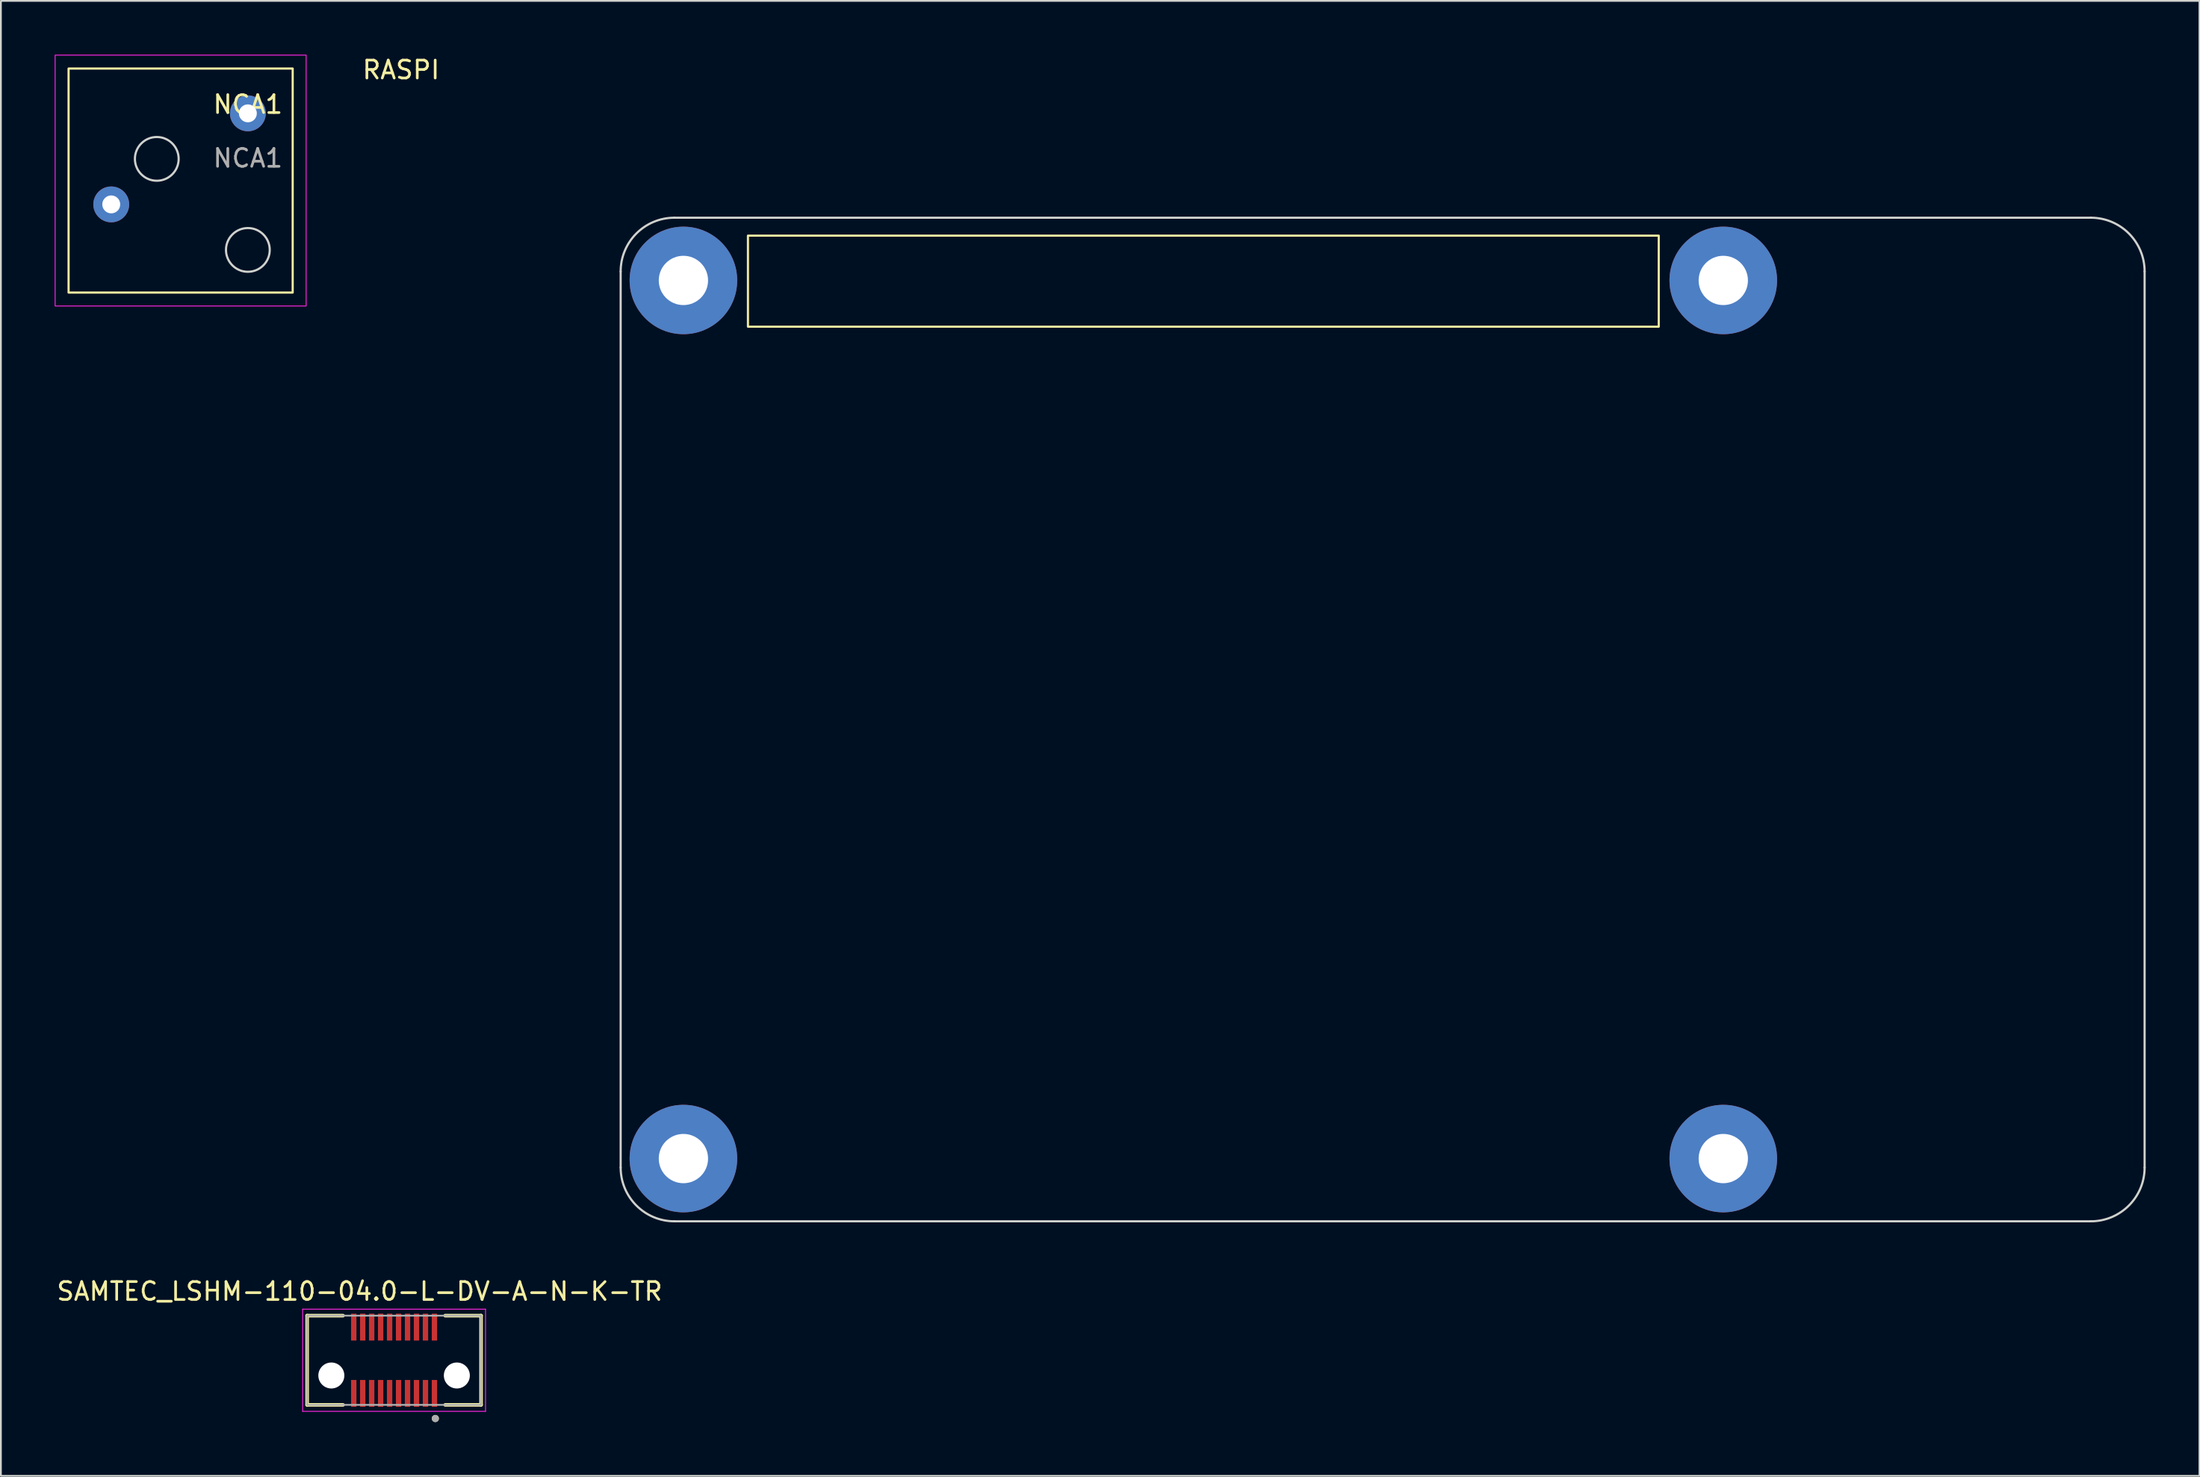
<source format=kicad_pcb>
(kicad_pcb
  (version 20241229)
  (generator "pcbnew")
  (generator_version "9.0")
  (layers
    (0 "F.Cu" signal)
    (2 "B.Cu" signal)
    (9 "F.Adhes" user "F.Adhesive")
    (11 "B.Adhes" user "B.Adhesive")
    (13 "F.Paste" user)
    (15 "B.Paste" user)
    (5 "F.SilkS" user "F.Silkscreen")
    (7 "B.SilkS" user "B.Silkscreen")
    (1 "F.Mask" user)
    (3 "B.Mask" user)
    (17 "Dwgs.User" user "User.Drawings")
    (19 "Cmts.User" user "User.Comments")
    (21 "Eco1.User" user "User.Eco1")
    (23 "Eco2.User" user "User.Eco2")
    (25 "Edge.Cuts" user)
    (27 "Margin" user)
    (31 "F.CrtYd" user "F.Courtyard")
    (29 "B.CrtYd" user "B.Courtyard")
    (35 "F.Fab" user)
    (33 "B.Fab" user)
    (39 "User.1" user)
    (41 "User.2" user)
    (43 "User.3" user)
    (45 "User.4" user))
  (footprint "SAMTEC_LSHM-110-04.0-L-DV-A-N-K-TR"
    (layer "F.Cu")
    (at 18.931 72.852)
    (property "Reference" "SAMTEC_LSHM-110-04.0-L-DV-A-N-K-TR" (at -1.925 -3.845 0) (layer "F.SilkS") (effects (font (size 1 1) (thickness 0.15))))
    (attr smd)
    (fp_line (start -4.85 -2.49) (end -4.85 2.49) (stroke (width 0.2) (type solid)) (layer "F.SilkS"))
    (fp_line (start -4.85 -2.49) (end -2.85 -2.49) (stroke (width 0.2) (type solid)) (layer "F.SilkS"))
    (fp_line (start -4.85 2.49) (end -2.85 2.49) (stroke (width 0.2) (type solid)) (layer "F.SilkS"))
    (fp_line (start 2.85 -2.49) (end 4.85 -2.49) (stroke (width 0.2) (type solid)) (layer "F.SilkS"))
    (fp_line (start 2.85 2.49) (end 4.85 2.49) (stroke (width 0.2) (type solid)) (layer "F.SilkS"))
    (fp_line (start 4.85 2.49) (end 4.85 -2.49) (stroke (width 0.2) (type solid)) (layer "F.SilkS"))
    (fp_circle (center 2.3 3.25) (end 2.4 3.25) (stroke (width 0.2) (type solid)) (fill no) (layer "F.SilkS"))
    (fp_line (start -5.1 -2.85) (end 5.1 -2.85) (stroke (width 0.05) (type solid)) (layer "F.CrtYd"))
    (fp_line (start -5.1 2.85) (end -5.1 -2.85) (stroke (width 0.05) (type solid)) (layer "F.CrtYd"))
    (fp_line (start 5.1 -2.85) (end 5.1 2.85) (stroke (width 0.05) (type solid)) (layer "F.CrtYd"))
    (fp_line (start 5.1 2.85) (end -5.1 2.85) (stroke (width 0.05) (type solid)) (layer "F.CrtYd"))
    (fp_line (start -4.85 -2.49) (end 4.85 -2.49) (stroke (width 0.1) (type solid)) (layer "F.Fab"))
    (fp_line (start -4.85 2.49) (end -4.85 -2.49) (stroke (width 0.1) (type solid)) (layer "F.Fab"))
    (fp_line (start 4.85 -2.49) (end 4.85 2.49) (stroke (width 0.1) (type solid)) (layer "F.Fab"))
    (fp_line (start 4.85 2.49) (end -4.85 2.49) (stroke (width 0.1) (type solid)) (layer "F.Fab"))
    (fp_circle (center 2.3 3.25) (end 2.4 3.25) (stroke (width 0.2) (type solid)) (fill no) (layer "F.Fab"))
    (pad "" np_thru_hole circle (at -3.5 0.85) (size 1.45 1.45) (drill 1.45) (layers "*.Cu" "*.Mask"))
    (pad "" np_thru_hole circle (at 3.5 0.85) (size 1.45 1.45) (drill 1.45) (layers "*.Cu" "*.Mask"))
    (pad "01" smd rect (at 2.25 1.85) (size 0.3 1.5) (layers "F.Cu" "F.Paste"))
    (pad "02" smd rect (at 2.25 -1.85) (size 0.3 1.5) (layers "F.Cu" "F.Paste"))
    (pad "03" smd rect (at 1.75 1.85) (size 0.3 1.5) (layers "F.Cu" "F.Paste"))
    (pad "04" smd rect (at 1.75 -1.85) (size 0.3 1.5) (layers "F.Cu" "F.Paste"))
    (pad "05" smd rect (at 1.25 1.85) (size 0.3 1.5) (layers "F.Cu" "F.Paste"))
    (pad "06" smd rect (at 1.25 -1.85) (size 0.3 1.5) (layers "F.Cu" "F.Paste"))
    (pad "07" smd rect (at 0.75 1.85) (size 0.3 1.5) (layers "F.Cu" "F.Paste"))
    (pad "08" smd rect (at 0.75 -1.85) (size 0.3 1.5) (layers "F.Cu" "F.Paste"))
    (pad "09" smd rect (at 0.25 1.85) (size 0.3 1.5) (layers "F.Cu" "F.Paste"))
    (pad "10" smd rect (at 0.25 -1.85) (size 0.3 1.5) (layers "F.Cu" "F.Paste"))
    (pad "11" smd rect (at -0.25 1.85) (size 0.3 1.5) (layers "F.Cu" "F.Paste"))
    (pad "12" smd rect (at -0.25 -1.85) (size 0.3 1.5) (layers "F.Cu" "F.Paste"))
    (pad "13" smd rect (at -0.75 1.85) (size 0.3 1.5) (layers "F.Cu" "F.Paste"))
    (pad "14" smd rect (at -0.75 -1.85) (size 0.3 1.5) (layers "F.Cu" "F.Paste"))
    (pad "15" smd rect (at -1.25 1.85) (size 0.3 1.5) (layers "F.Cu" "F.Paste"))
    (pad "16" smd rect (at -1.25 -1.85) (size 0.3 1.5) (layers "F.Cu" "F.Paste"))
    (pad "17" smd rect (at -1.75 1.85) (size 0.3 1.5) (layers "F.Cu" "F.Paste"))
    (pad "18" smd rect (at -1.75 -1.85) (size 0.3 1.5) (layers "F.Cu" "F.Paste"))
    (pad "19" smd rect (at -2.25 1.85) (size 0.3 1.5) (layers "F.Cu" "F.Paste"))
    (pad "20" smd rect (at -2.25 -1.85) (size 0.3 1.5) (layers "F.Cu" "F.Paste")))
  (footprint "NCA1"
    (layer "F.Cu")
    (at 10.775 3.275)
    (property "Reference" "NCA1" (at 0 -0.5 0) (unlocked yes) (layer "F.SilkS") (effects (font (size 1 1) (thickness 0.15))))
    (attr through_hole)
    (fp_rect (start -10 -2.5) (end 2.5 10) (stroke (width 0.12) (type default)) (fill no) (layer "F.SilkS"))
    (fp_circle (center -5.08 2.54) (end -3.86 2.54) (stroke (width 0.12) (type default)) (fill no) (layer "Edge.Cuts"))
    (fp_circle (center 0 7.62) (end 1.22 7.62) (stroke (width 0.12) (type default)) (fill no) (layer "Edge.Cuts"))
    (fp_rect (start -10.75 -3.25) (end 3.25 10.75) (stroke (width 0.05) (type default)) (fill no) (layer "F.CrtYd"))
    (fp_text user "${REFERENCE}" (at 0 2.5 0) (unlocked yes) (layer "F.Fab") (effects (font (size 1 1) (thickness 0.15))))
    (pad "1" thru_hole circle (at 0 0) (size 2 2) (drill 1) (layers "*.Cu" "*.Mask"))
    (pad "2" thru_hole circle (at -7.62 5.08) (size 2 2) (drill 1) (layers "*.Cu" "*.Mask")))
  (footprint "RASPI"
    (layer "F.Cu")
    (at 31.568 9.098)
    (property "Reference" "RASPI" (at -12.25 -8.25 0) (unlocked yes) (layer "F.SilkS") (effects (font (size 1 1) (thickness 0.15))))
    (attr smd)
    (fp_rect (start 7.1 1) (end 57.9 6.08) (stroke (width 0.12) (type default)) (fill no) (layer "F.SilkS"))
    (fp_line (start 0 53) (end 0 3) (stroke (width 0.12) (type default)) (layer "Edge.Cuts"))
    (fp_line (start 3 0) (end 82 0) (stroke (width 0.12) (type default)) (layer "Edge.Cuts"))
    (fp_line (start 82 56) (end 3 56) (stroke (width 0.12) (type default)) (layer "Edge.Cuts"))
    (fp_line (start 85 3) (end 85 53) (stroke (width 0.12) (type default)) (layer "Edge.Cuts"))
    (fp_arc (start 0 3) (mid 0.878679 0.878679) (end 3 0) (stroke (width 0.12) (type default)) (layer "Edge.Cuts"))
    (fp_arc (start 3 56) (mid 0.878679 55.121321) (end 0 53) (stroke (width 0.12) (type default)) (layer "Edge.Cuts"))
    (fp_arc (start 82 0) (mid 84.121321 0.878679) (end 85 3) (stroke (width 0.12) (type default)) (layer "Edge.Cuts"))
    (fp_arc (start 85 53) (mid 84.121321 55.121321) (end 82 56) (stroke (width 0.12) (type default)) (layer "Edge.Cuts"))
    (pad "1" thru_hole circle (at 3.5 3.5) (size 6 6) (drill 2.75) (layers "*.Cu" "*.Mask"))
    (pad "1" thru_hole circle (at 3.5 52.5) (size 6 6) (drill 2.75) (layers "*.Cu" "*.Mask"))
    (pad "1" thru_hole circle (at 61.5 3.5) (size 6 6) (drill 2.75) (layers "*.Cu" "*.Mask"))
    (pad "1" thru_hole circle (at 61.5 52.5) (size 6 6) (drill 2.75) (layers "*.Cu" "*.Mask")))
  (gr_rect
    (start -3 -3)
    (end 119.628 79.302)
    (stroke (width 0.1) (type default))
    (fill no)
    (layer "Edge.Cuts")))
</source>
